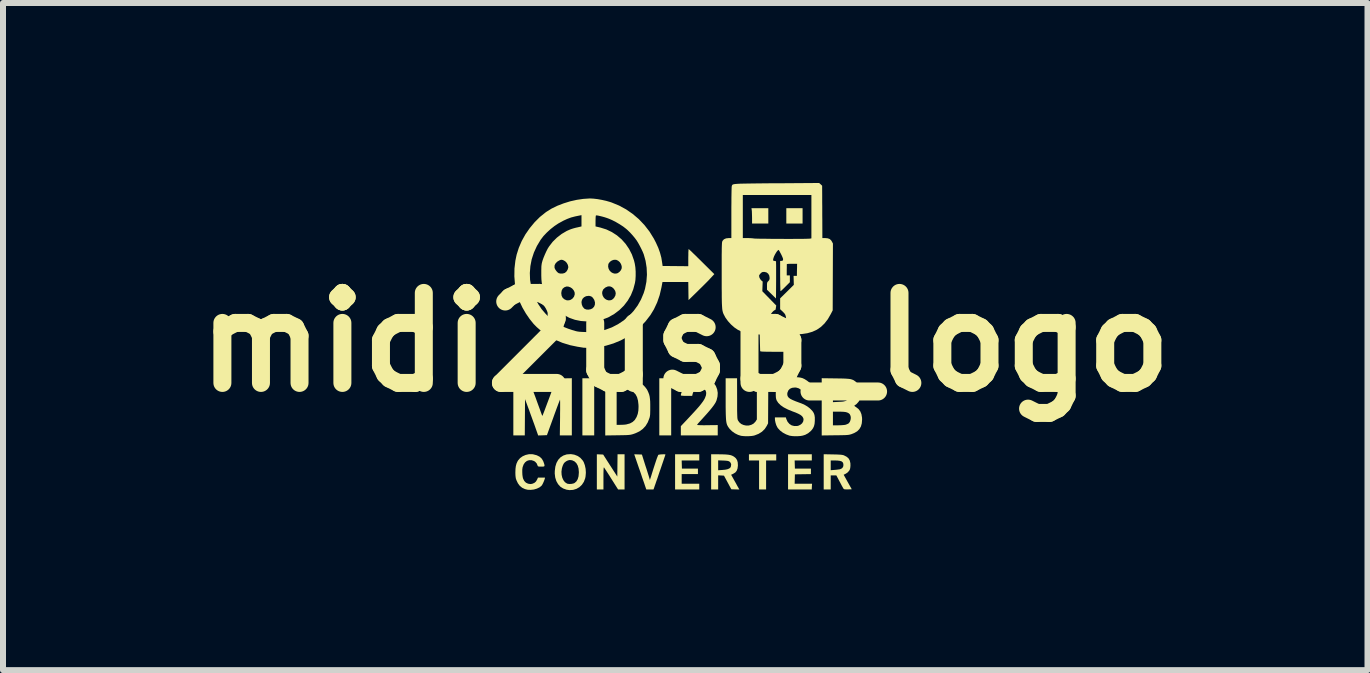
<source format=kicad_pcb>
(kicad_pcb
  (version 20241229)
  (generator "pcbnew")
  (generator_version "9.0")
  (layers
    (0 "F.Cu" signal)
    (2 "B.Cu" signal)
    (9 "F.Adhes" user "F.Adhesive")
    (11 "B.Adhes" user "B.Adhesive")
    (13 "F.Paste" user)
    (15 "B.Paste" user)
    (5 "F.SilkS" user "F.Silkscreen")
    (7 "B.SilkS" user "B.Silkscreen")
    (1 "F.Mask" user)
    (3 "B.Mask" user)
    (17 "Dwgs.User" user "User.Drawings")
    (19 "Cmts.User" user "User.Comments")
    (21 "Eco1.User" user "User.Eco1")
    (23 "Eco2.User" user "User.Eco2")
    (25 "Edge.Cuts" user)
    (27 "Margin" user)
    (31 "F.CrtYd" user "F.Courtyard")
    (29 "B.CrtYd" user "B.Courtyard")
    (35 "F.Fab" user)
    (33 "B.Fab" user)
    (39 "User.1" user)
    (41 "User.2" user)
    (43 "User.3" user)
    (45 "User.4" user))
  (footprint "midi2usb_logo"
    (layer "F.Cu")
    (at 8.371 2.654)
    (property "Reference" "midi2usb_logo" (at 0 0 0) (layer "F.SilkS") (effects (font (size 1.5 1.5) (thickness 0.3))))
    (attr board_only exclude_from_pos_files exclude_from_bom)
    (fp_poly (pts (xy -1.517 1.077) (xy -1.517 1.553) (xy -1.615 1.553) (xy -1.714 1.553) (xy -1.714 1.077) (xy -1.714 0.601) (xy -1.615 0.601) (xy -1.517 0.601)) (stroke (width 0) (type solid)) (fill yes) (layer "F.SilkS"))
    (fp_poly (pts (xy -0.234 1.077) (xy -0.234 1.553) (xy -0.333 1.553) (xy -0.432 1.553) (xy -0.432 1.077) (xy -0.432 0.601) (xy -0.333 0.601) (xy -0.234 0.601)) (stroke (width 0) (type solid)) (fill yes) (layer "F.SilkS"))
    (fp_poly (pts (xy 1.956 -2.106) (xy 1.956 -1.978) (xy 1.821 -1.978) (xy 1.685 -1.978) (xy 1.685 -2.106) (xy 1.685 -2.234) (xy 1.821 -2.234) (xy 1.956 -2.234)) (stroke (width 0) (type solid)) (fill yes) (layer "F.SilkS"))
    (fp_poly (pts (xy 1.385 -2.106) (xy 1.385 -1.978) (xy 1.249 -1.978) (xy 1.114 -1.978) (xy 1.114 -2.072) (xy 1.113 -2.112) (xy 1.112 -2.149) (xy 1.111 -2.18) (xy 1.109 -2.201) (xy 1.104 -2.234) (xy 1.244 -2.234) (xy 1.385 -2.234)) (stroke (width 0) (type solid)) (fill yes) (layer "F.SilkS"))
    (fp_poly (pts (xy 1.517 1.919) (xy 1.517 1.971) (xy 1.432 1.971) (xy 1.348 1.971) (xy 1.348 2.213) (xy 1.348 2.454) (xy 1.289 2.454) (xy 1.231 2.454) (xy 1.231 2.213) (xy 1.231 1.971) (xy 1.147 1.971) (xy 1.062 1.971) (xy 1.062 1.919) (xy 1.062 1.868) (xy 1.289 1.868) (xy 1.517 1.868)) (stroke (width 0) (type solid)) (fill yes) (layer "F.SilkS"))
    (fp_poly (pts (xy 0.234 1.919) (xy 0.234 1.971) (xy 0.088 1.971) (xy -0.059 1.971) (xy -0.057 2.039) (xy -0.055 2.106) (xy 0.079 2.106) (xy 0.212 2.106) (xy 0.212 2.152) (xy 0.212 2.198) (xy 0.077 2.198) (xy -0.059 2.198) (xy -0.059 2.278) (xy -0.059 2.359) (xy 0.088 2.359) (xy 0.234 2.359) (xy 0.234 2.407) (xy 0.234 2.454) (xy 0.033 2.454) (xy -0.169 2.454) (xy -0.169 2.161) (xy -0.169 1.868) (xy 0.033 1.868) (xy 0.234 1.868)) (stroke (width 0) (type solid)) (fill yes) (layer "F.SilkS"))
    (fp_poly (pts (xy 2.11 1.919) (xy 2.11 1.971) (xy 1.967 1.971) (xy 1.824 1.971) (xy 1.826 2.039) (xy 1.828 2.106) (xy 1.962 2.106) (xy 2.095 2.106) (xy 2.095 2.152) (xy 2.095 2.198) (xy 1.962 2.2) (xy 1.828 2.202) (xy 1.826 2.28) (xy 1.824 2.359) (xy 1.969 2.359) (xy 2.114 2.359) (xy 2.111 2.407) (xy 2.109 2.454) (xy 1.912 2.454) (xy 1.714 2.454) (xy 1.714 2.161) (xy 1.714 1.868) (xy 1.912 1.868) (xy 2.11 1.868)) (stroke (width 0) (type solid)) (fill yes) (layer "F.SilkS"))
    (fp_poly (pts (xy -1.42 1.87) (xy -1.368 1.872) (xy -1.25 2.056) (xy -1.132 2.239) (xy -1.13 2.054) (xy -1.128 1.868) (xy -1.07 1.868) (xy -1.011 1.868) (xy -1.011 2.161) (xy -1.011 2.454) (xy -1.065 2.454) (xy -1.119 2.454) (xy -1.231 2.277) (xy -1.26 2.23) (xy -1.287 2.188) (xy -1.311 2.151) (xy -1.331 2.121) (xy -1.345 2.1) (xy -1.352 2.089) (xy -1.353 2.088) (xy -1.356 2.087) (xy -1.358 2.091) (xy -1.36 2.103) (xy -1.361 2.123) (xy -1.362 2.154) (xy -1.363 2.195) (xy -1.363 2.25) (xy -1.363 2.266) (xy -1.363 2.454) (xy -1.418 2.454) (xy -1.473 2.454) (xy -1.473 2.161) (xy -1.473 1.868)) (stroke (width 0) (type solid)) (fill yes) (layer "F.SilkS"))
    (fp_poly (pts (xy -0.786 1.87) (xy -0.722 1.872) (xy -0.663 2.059) (xy -0.646 2.11) (xy -0.631 2.158) (xy -0.618 2.2) (xy -0.607 2.234) (xy -0.6 2.259) (xy -0.596 2.271) (xy -0.589 2.297) (xy -0.581 2.271) (xy -0.576 2.257) (xy -0.568 2.232) (xy -0.557 2.196) (xy -0.544 2.154) (xy -0.529 2.106) (xy -0.516 2.066) (xy -0.5 2.017) (xy -0.485 1.972) (xy -0.472 1.934) (xy -0.46 1.904) (xy -0.452 1.884) (xy -0.448 1.877) (xy -0.438 1.874) (xy -0.418 1.871) (xy -0.394 1.869) (xy -0.369 1.868) (xy -0.347 1.868) (xy -0.333 1.869) (xy -0.33 1.871) (xy -0.332 1.879) (xy -0.338 1.898) (xy -0.348 1.927) (xy -0.361 1.966) (xy -0.376 2.01) (xy -0.393 2.06) (xy -0.411 2.113) (xy -0.43 2.167) (xy -0.448 2.221) (xy -0.465 2.272) (xy -0.482 2.319) (xy -0.496 2.361) (xy -0.508 2.394) (xy -0.516 2.419) (xy -0.52 2.43) (xy -0.529 2.454) (xy -0.589 2.454) (xy -0.649 2.454) (xy -0.668 2.398) (xy -0.675 2.377) (xy -0.686 2.344) (xy -0.701 2.302) (xy -0.718 2.253) (xy -0.736 2.198) (xy -0.756 2.14) (xy -0.769 2.104) (xy -0.85 1.868)) (stroke (width 0) (type solid)) (fill yes) (layer "F.SilkS"))
    (fp_poly (pts (xy 0.623 1.869) (xy 0.676 1.871) (xy 0.718 1.875) (xy 0.752 1.881) (xy 0.78 1.89) (xy 0.803 1.902) (xy 0.812 1.907) (xy 0.844 1.934) (xy 0.864 1.965) (xy 0.875 2.002) (xy 0.878 2.05) (xy 0.878 2.056) (xy 0.872 2.104) (xy 0.858 2.142) (xy 0.836 2.17) (xy 0.803 2.191) (xy 0.8 2.193) (xy 0.765 2.209) (xy 0.806 2.282) (xy 0.826 2.318) (xy 0.847 2.355) (xy 0.865 2.389) (xy 0.874 2.405) (xy 0.902 2.455) (xy 0.835 2.453) (xy 0.768 2.451) (xy 0.707 2.337) (xy 0.646 2.224) (xy 0.598 2.221) (xy 0.549 2.219) (xy 0.549 2.337) (xy 0.549 2.454) (xy 0.491 2.454) (xy 0.432 2.454) (xy 0.432 2.161) (xy 0.432 2.052) (xy 0.549 2.052) (xy 0.549 2.134) (xy 0.62 2.129) (xy 0.664 2.125) (xy 0.7 2.118) (xy 0.722 2.11) (xy 0.744 2.098) (xy 0.756 2.084) (xy 0.762 2.068) (xy 0.766 2.035) (xy 0.756 2.008) (xy 0.736 1.988) (xy 0.722 1.982) (xy 0.702 1.977) (xy 0.672 1.974) (xy 0.633 1.972) (xy 0.549 1.969) (xy 0.549 2.052) (xy 0.432 2.052) (xy 0.432 1.868) (xy 0.558 1.868)) (stroke (width 0) (type solid)) (fill yes) (layer "F.SilkS"))
    (fp_poly (pts (xy 0.865 0.936) (xy 0.865 1.015) (xy 0.865 1.081) (xy 0.865 1.136) (xy 0.866 1.179) (xy 0.867 1.214) (xy 0.868 1.24) (xy 0.869 1.26) (xy 0.871 1.275) (xy 0.873 1.286) (xy 0.876 1.295) (xy 0.878 1.301) (xy 0.902 1.336) (xy 0.934 1.363) (xy 0.973 1.38) (xy 1.016 1.389) (xy 1.06 1.388) (xy 1.101 1.377) (xy 1.138 1.357) (xy 1.168 1.327) (xy 1.173 1.32) (xy 1.194 1.287) (xy 1.194 0.944) (xy 1.194 0.601) (xy 1.29 0.601) (xy 1.385 0.601) (xy 1.383 0.976) (xy 1.381 1.352) (xy 1.359 1.395) (xy 1.325 1.447) (xy 1.279 1.492) (xy 1.223 1.527) (xy 1.16 1.552) (xy 1.142 1.557) (xy 1.105 1.563) (xy 1.059 1.566) (xy 1.011 1.567) (xy 0.965 1.564) (xy 0.931 1.56) (xy 0.88 1.544) (xy 0.828 1.518) (xy 0.78 1.484) (xy 0.74 1.444) (xy 0.715 1.41) (xy 0.706 1.394) (xy 0.698 1.378) (xy 0.692 1.36) (xy 0.687 1.339) (xy 0.683 1.314) (xy 0.68 1.283) (xy 0.678 1.246) (xy 0.676 1.199) (xy 0.675 1.143) (xy 0.674 1.076) (xy 0.674 0.997) (xy 0.674 0.94) (xy 0.674 0.601) (xy 0.769 0.601) (xy 0.864 0.601)) (stroke (width 0) (type solid)) (fill yes) (layer "F.SilkS"))
    (fp_poly (pts (xy 2.46 1.87) (xy 2.516 1.871) (xy 2.559 1.873) (xy 2.592 1.875) (xy 2.616 1.878) (xy 2.634 1.882) (xy 2.644 1.885) (xy 2.689 1.908) (xy 2.722 1.936) (xy 2.743 1.973) (xy 2.753 2.018) (xy 2.754 2.058) (xy 2.751 2.09) (xy 2.747 2.112) (xy 2.739 2.131) (xy 2.73 2.145) (xy 2.704 2.173) (xy 2.675 2.192) (xy 2.641 2.209) (xy 2.708 2.33) (xy 2.776 2.451) (xy 2.712 2.453) (xy 2.681 2.453) (xy 2.66 2.452) (xy 2.648 2.449) (xy 2.64 2.443) (xy 2.639 2.442) (xy 2.632 2.431) (xy 2.62 2.41) (xy 2.604 2.381) (xy 2.586 2.346) (xy 2.574 2.324) (xy 2.519 2.22) (xy 2.472 2.22) (xy 2.425 2.22) (xy 2.425 2.337) (xy 2.425 2.454) (xy 2.366 2.454) (xy 2.308 2.454) (xy 2.308 2.16) (xy 2.308 2.052) (xy 2.425 2.052) (xy 2.425 2.133) (xy 2.492 2.128) (xy 2.525 2.125) (xy 2.554 2.121) (xy 2.576 2.118) (xy 2.581 2.117) (xy 2.612 2.102) (xy 2.631 2.079) (xy 2.637 2.048) (xy 2.637 2.048) (xy 2.634 2.021) (xy 2.624 2) (xy 2.606 1.986) (xy 2.577 1.977) (xy 2.537 1.972) (xy 2.493 1.971) (xy 2.425 1.971) (xy 2.425 2.052) (xy 2.308 2.052) (xy 2.308 1.867)) (stroke (width 0) (type solid)) (fill yes) (layer "F.SilkS"))
    (fp_poly (pts (xy -1.849 1.874) (xy -1.795 1.895) (xy -1.749 1.926) (xy -1.711 1.968) (xy -1.693 1.996) (xy -1.673 2.05) (xy -1.66 2.111) (xy -1.656 2.174) (xy -1.661 2.236) (xy -1.667 2.267) (xy -1.689 2.326) (xy -1.722 2.376) (xy -1.764 2.416) (xy -1.813 2.444) (xy -1.868 2.461) (xy -1.928 2.465) (xy -1.978 2.458) (xy -2.034 2.438) (xy -2.081 2.408) (xy -2.119 2.366) (xy -2.148 2.315) (xy -2.167 2.255) (xy -2.175 2.187) (xy -2.174 2.159) (xy -2.063 2.159) (xy -2.06 2.211) (xy -2.049 2.259) (xy -2.03 2.3) (xy -2.005 2.333) (xy -1.973 2.354) (xy -1.962 2.359) (xy -1.93 2.363) (xy -1.893 2.361) (xy -1.859 2.353) (xy -1.844 2.346) (xy -1.814 2.32) (xy -1.792 2.283) (xy -1.778 2.235) (xy -1.773 2.174) (xy -1.773 2.162) (xy -1.778 2.104) (xy -1.792 2.055) (xy -1.815 2.015) (xy -1.846 1.986) (xy -1.885 1.968) (xy -1.923 1.963) (xy -1.955 1.97) (xy -1.987 1.986) (xy -2.015 2.009) (xy -2.025 2.023) (xy -2.037 2.046) (xy -2.048 2.076) (xy -2.056 2.105) (xy -2.063 2.159) (xy -2.174 2.159) (xy -2.174 2.147) (xy -2.165 2.074) (xy -2.146 2.012) (xy -2.117 1.96) (xy -2.079 1.919) (xy -2.032 1.889) (xy -1.976 1.87) (xy -1.966 1.869) (xy -1.906 1.865)) (stroke (width 0) (type solid)) (fill yes) (layer "F.SilkS"))
    (fp_poly (pts (xy -1.89 1.077) (xy -1.89 1.553) (xy -1.99 1.553) (xy -2.09 1.553) (xy -2.086 1.253) (xy -2.086 1.188) (xy -2.085 1.128) (xy -2.085 1.075) (xy -2.085 1.03) (xy -2.085 0.994) (xy -2.086 0.97) (xy -2.087 0.957) (xy -2.087 0.956) (xy -2.09 0.964) (xy -2.098 0.984) (xy -2.11 1.015) (xy -2.125 1.055) (xy -2.143 1.103) (xy -2.163 1.158) (xy -2.185 1.218) (xy -2.198 1.255) (xy -2.305 1.549) (xy -2.378 1.552) (xy -2.451 1.554) (xy -2.515 1.372) (xy -2.536 1.315) (xy -2.558 1.254) (xy -2.58 1.194) (xy -2.6 1.137) (xy -2.618 1.089) (xy -2.625 1.07) (xy -2.67 0.949) (xy -2.672 1.251) (xy -2.674 1.553) (xy -2.769 1.553) (xy -2.865 1.553) (xy -2.865 1.077) (xy -2.865 0.601) (xy -2.738 0.601) (xy -2.612 0.601) (xy -2.517 0.862) (xy -2.494 0.923) (xy -2.473 0.982) (xy -2.453 1.037) (xy -2.435 1.086) (xy -2.42 1.127) (xy -2.409 1.158) (xy -2.402 1.177) (xy -2.393 1.202) (xy -2.385 1.219) (xy -2.38 1.226) (xy -2.379 1.226) (xy -2.375 1.218) (xy -2.368 1.197) (xy -2.356 1.167) (xy -2.341 1.128) (xy -2.324 1.082) (xy -2.305 1.031) (xy -2.285 0.978) (xy -2.264 0.922) (xy -2.244 0.868) (xy -2.225 0.815) (xy -2.207 0.766) (xy -2.191 0.724) (xy -2.188 0.714) (xy -2.148 0.604) (xy -2.019 0.602) (xy -1.89 0.6)) (stroke (width 0) (type solid)) (fill yes) (layer "F.SilkS"))
    (fp_poly (pts (xy -2.533 1.869) (xy -2.475 1.884) (xy -2.429 1.907) (xy -2.393 1.939) (xy -2.368 1.98) (xy -2.36 2.001) (xy -2.349 2.033) (xy -2.345 2.054) (xy -2.348 2.066) (xy -2.359 2.072) (xy -2.381 2.073) (xy -2.4 2.073) (xy -2.429 2.073) (xy -2.446 2.071) (xy -2.455 2.067) (xy -2.459 2.06) (xy -2.475 2.021) (xy -2.5 1.993) (xy -2.52 1.98) (xy -2.561 1.966) (xy -2.601 1.966) (xy -2.638 1.978) (xy -2.67 2.003) (xy -2.694 2.038) (xy -2.71 2.082) (xy -2.711 2.086) (xy -2.716 2.122) (xy -2.716 2.166) (xy -2.714 2.211) (xy -2.708 2.252) (xy -2.702 2.274) (xy -2.683 2.312) (xy -2.655 2.341) (xy -2.619 2.358) (xy -2.58 2.364) (xy -2.551 2.36) (xy -2.515 2.345) (xy -2.488 2.322) (xy -2.468 2.288) (xy -2.454 2.256) (xy -2.395 2.256) (xy -2.337 2.256) (xy -2.341 2.277) (xy -2.349 2.3) (xy -2.36 2.328) (xy -2.373 2.356) (xy -2.386 2.38) (xy -2.394 2.391) (xy -2.428 2.419) (xy -2.472 2.44) (xy -2.522 2.455) (xy -2.575 2.461) (xy -2.627 2.459) (xy -2.671 2.448) (xy -2.718 2.426) (xy -2.757 2.394) (xy -2.789 2.351) (xy -2.815 2.296) (xy -2.815 2.295) (xy -2.823 2.271) (xy -2.827 2.246) (xy -2.83 2.215) (xy -2.831 2.175) (xy -2.831 2.169) (xy -2.829 2.111) (xy -2.823 2.064) (xy -2.812 2.023) (xy -2.795 1.986) (xy -2.785 1.969) (xy -2.752 1.931) (xy -2.71 1.901) (xy -2.66 1.879) (xy -2.607 1.867) (xy -2.552 1.866)) (stroke (width 0) (type solid)) (fill yes) (layer "F.SilkS"))
    (fp_poly (pts (xy -1.13 0.603) (xy -1.058 0.604) (xy -0.998 0.606) (xy -0.949 0.61) (xy -0.908 0.614) (xy -0.874 0.62) (xy -0.843 0.628) (xy -0.815 0.638) (xy -0.787 0.65) (xy -0.776 0.656) (xy -0.741 0.679) (xy -0.704 0.71) (xy -0.669 0.746) (xy -0.641 0.783) (xy -0.628 0.806) (xy -0.613 0.84) (xy -0.601 0.872) (xy -0.593 0.905) (xy -0.588 0.942) (xy -0.584 0.987) (xy -0.583 1.041) (xy -0.583 1.081) (xy -0.583 1.133) (xy -0.584 1.173) (xy -0.585 1.205) (xy -0.588 1.229) (xy -0.592 1.249) (xy -0.596 1.263) (xy -0.624 1.335) (xy -0.661 1.396) (xy -0.708 1.446) (xy -0.765 1.487) (xy -0.834 1.519) (xy -0.872 1.532) (xy -0.89 1.537) (xy -0.907 1.541) (xy -0.926 1.544) (xy -0.949 1.546) (xy -0.979 1.548) (xy -1.016 1.549) (xy -1.064 1.55) (xy -1.124 1.551) (xy -1.13 1.551) (xy -1.333 1.554) (xy -1.333 1.077) (xy -1.143 1.077) (xy -1.143 1.377) (xy -1.082 1.377) (xy -1.046 1.376) (xy -1.01 1.374) (xy -0.98 1.37) (xy -0.978 1.369) (xy -0.922 1.354) (xy -0.876 1.329) (xy -0.84 1.295) (xy -0.812 1.249) (xy -0.81 1.245) (xy -0.791 1.194) (xy -0.781 1.14) (xy -0.778 1.078) (xy -0.779 1.044) (xy -0.787 0.974) (xy -0.803 0.915) (xy -0.828 0.868) (xy -0.864 0.831) (xy -0.909 0.804) (xy -0.965 0.786) (xy -1.032 0.778) (xy -1.071 0.777) (xy -1.143 0.777) (xy -1.143 1.077) (xy -1.333 1.077) (xy -1.333 1.077) (xy -1.333 0.599)) (stroke (width 0) (type solid)) (fill yes) (layer "F.SilkS"))
    (fp_poly (pts (xy 0.249 0.59) (xy 0.289 0.591) (xy 0.319 0.592) (xy 0.341 0.595) (xy 0.359 0.6) (xy 0.376 0.607) (xy 0.377 0.607) (xy 0.432 0.64) (xy 0.477 0.681) (xy 0.511 0.73) (xy 0.532 0.785) (xy 0.542 0.844) (xy 0.538 0.906) (xy 0.522 0.969) (xy 0.508 1.001) (xy 0.493 1.026) (xy 0.472 1.057) (xy 0.443 1.095) (xy 0.406 1.14) (xy 0.36 1.193) (xy 0.305 1.254) (xy 0.244 1.321) (xy 0.224 1.343) (xy 0.208 1.362) (xy 0.199 1.375) (xy 0.198 1.378) (xy 0.205 1.38) (xy 0.227 1.382) (xy 0.263 1.383) (xy 0.312 1.384) (xy 0.37 1.383) (xy 0.542 1.381) (xy 0.542 1.467) (xy 0.542 1.553) (xy 0.234 1.553) (xy -0.073 1.553) (xy -0.073 1.476) (xy -0.073 1.399) (xy 0.036 1.284) (xy 0.098 1.217) (xy 0.151 1.16) (xy 0.196 1.11) (xy 0.233 1.068) (xy 0.262 1.032) (xy 0.286 1) (xy 0.305 0.973) (xy 0.32 0.948) (xy 0.329 0.93) (xy 0.346 0.884) (xy 0.35 0.844) (xy 0.342 0.81) (xy 0.322 0.784) (xy 0.289 0.765) (xy 0.276 0.761) (xy 0.235 0.757) (xy 0.197 0.766) (xy 0.164 0.787) (xy 0.139 0.819) (xy 0.125 0.856) (xy 0.116 0.894) (xy 0.021 0.894) (xy -0.019 0.894) (xy -0.046 0.892) (xy -0.063 0.891) (xy -0.071 0.887) (xy -0.073 0.884) (xy -0.071 0.868) (xy -0.064 0.843) (xy -0.054 0.813) (xy -0.043 0.782) (xy -0.032 0.755) (xy -0.025 0.74) (xy 0.005 0.692) (xy 0.044 0.653) (xy 0.093 0.622) (xy 0.101 0.617) (xy 0.124 0.606) (xy 0.143 0.598) (xy 0.16 0.593) (xy 0.18 0.591) (xy 0.206 0.59) (xy 0.243 0.59)) (stroke (width 0) (type solid)) (fill yes) (layer "F.SilkS"))
    (fp_poly (pts (xy 2.502 0.603) (xy 2.573 0.604) (xy 2.631 0.605) (xy 2.678 0.607) (xy 2.716 0.61) (xy 2.746 0.613) (xy 2.77 0.619) (xy 2.79 0.626) (xy 2.808 0.634) (xy 2.825 0.646) (xy 2.837 0.654) (xy 2.877 0.694) (xy 2.906 0.742) (xy 2.924 0.797) (xy 2.93 0.858) (xy 2.928 0.889) (xy 2.915 0.943) (xy 2.891 0.991) (xy 2.855 1.031) (xy 2.825 1.052) (xy 2.819 1.057) (xy 2.821 1.063) (xy 2.833 1.072) (xy 2.848 1.082) (xy 2.889 1.114) (xy 2.918 1.153) (xy 2.937 1.2) (xy 2.947 1.257) (xy 2.948 1.289) (xy 2.943 1.352) (xy 2.928 1.405) (xy 2.902 1.449) (xy 2.866 1.485) (xy 2.816 1.514) (xy 2.768 1.533) (xy 2.753 1.537) (xy 2.738 1.541) (xy 2.721 1.544) (xy 2.699 1.546) (xy 2.671 1.548) (xy 2.635 1.549) (xy 2.589 1.55) (xy 2.531 1.551) (xy 2.498 1.551) (xy 2.275 1.554) (xy 2.275 1.271) (xy 2.462 1.271) (xy 2.462 1.385) (xy 2.546 1.385) (xy 2.584 1.384) (xy 2.62 1.382) (xy 2.651 1.379) (xy 2.667 1.377) (xy 2.693 1.368) (xy 2.717 1.357) (xy 2.725 1.351) (xy 2.744 1.327) (xy 2.755 1.296) (xy 2.76 1.262) (xy 2.756 1.23) (xy 2.744 1.203) (xy 2.738 1.195) (xy 2.72 1.181) (xy 2.699 1.171) (xy 2.674 1.164) (xy 2.641 1.16) (xy 2.598 1.158) (xy 2.564 1.158) (xy 2.462 1.158) (xy 2.462 1.271) (xy 2.275 1.271) (xy 2.275 1.077) (xy 2.275 0.879) (xy 2.462 0.879) (xy 2.462 0.999) (xy 2.556 0.994) (xy 2.6 0.992) (xy 2.632 0.989) (xy 2.655 0.984) (xy 2.673 0.979) (xy 2.679 0.976) (xy 2.708 0.954) (xy 2.727 0.924) (xy 2.735 0.884) (xy 2.735 0.871) (xy 2.733 0.838) (xy 2.725 0.812) (xy 2.71 0.793) (xy 2.687 0.78) (xy 2.653 0.771) (xy 2.608 0.765) (xy 2.562 0.763) (xy 2.462 0.76) (xy 2.462 0.879) (xy 2.275 0.879) (xy 2.275 0.6)) (stroke (width 0) (type solid)) (fill yes) (layer "F.SilkS"))
    (fp_poly (pts (xy 1.876 0.584) (xy 1.917 0.589) (xy 1.953 0.598) (xy 1.988 0.614) (xy 2.026 0.638) (xy 2.037 0.646) (xy 2.078 0.678) (xy 2.108 0.713) (xy 2.129 0.751) (xy 2.143 0.798) (xy 2.151 0.845) (xy 2.156 0.887) (xy 2.061 0.885) (xy 1.967 0.883) (xy 1.963 0.855) (xy 1.95 0.819) (xy 1.925 0.789) (xy 1.891 0.768) (xy 1.85 0.756) (xy 1.826 0.755) (xy 1.781 0.76) (xy 1.745 0.776) (xy 1.719 0.803) (xy 1.704 0.839) (xy 1.701 0.857) (xy 1.702 0.882) (xy 1.71 0.904) (xy 1.726 0.925) (xy 1.752 0.944) (xy 1.789 0.963) (xy 1.839 0.984) (xy 1.882 1) (xy 1.944 1.023) (xy 1.994 1.046) (xy 2.036 1.071) (xy 2.073 1.099) (xy 2.092 1.117) (xy 2.122 1.149) (xy 2.142 1.18) (xy 2.154 1.213) (xy 2.16 1.253) (xy 2.16 1.303) (xy 2.16 1.31) (xy 2.156 1.36) (xy 2.146 1.4) (xy 2.13 1.434) (xy 2.106 1.466) (xy 2.094 1.479) (xy 2.049 1.517) (xy 2.001 1.543) (xy 1.96 1.556) (xy 1.923 1.563) (xy 1.877 1.566) (xy 1.828 1.567) (xy 1.782 1.564) (xy 1.743 1.558) (xy 1.738 1.557) (xy 1.681 1.536) (xy 1.627 1.507) (xy 1.581 1.472) (xy 1.545 1.433) (xy 1.534 1.416) (xy 1.517 1.381) (xy 1.504 1.339) (xy 1.496 1.298) (xy 1.495 1.277) (xy 1.495 1.253) (xy 1.586 1.253) (xy 1.677 1.253) (xy 1.685 1.28) (xy 1.706 1.326) (xy 1.737 1.362) (xy 1.774 1.386) (xy 1.818 1.397) (xy 1.866 1.396) (xy 1.885 1.392) (xy 1.919 1.376) (xy 1.947 1.353) (xy 1.965 1.324) (xy 1.972 1.293) (xy 1.97 1.272) (xy 1.96 1.25) (xy 1.944 1.23) (xy 1.92 1.211) (xy 1.885 1.192) (xy 1.84 1.172) (xy 1.791 1.154) (xy 1.71 1.121) (xy 1.642 1.086) (xy 1.589 1.049) (xy 1.55 1.01) (xy 1.524 0.97) (xy 1.517 0.95) (xy 1.512 0.928) (xy 1.51 0.899) (xy 1.509 0.866) (xy 1.51 0.822) (xy 1.514 0.788) (xy 1.522 0.759) (xy 1.535 0.731) (xy 1.55 0.706) (xy 1.579 0.671) (xy 1.621 0.638) (xy 1.67 0.61) (xy 1.698 0.599) (xy 1.722 0.592) (xy 1.748 0.587) (xy 1.779 0.584) (xy 1.821 0.583) (xy 1.824 0.583)) (stroke (width 0) (type solid)) (fill yes) (layer "F.SilkS"))
    (fp_poly (pts (xy 2.257 -2.632) (xy 2.282 -2.609) (xy 2.283 -2.442) (xy 2.283 -2.393) (xy 2.283 -2.333) (xy 2.284 -2.264) (xy 2.284 -2.191) (xy 2.284 -2.116) (xy 2.285 -2.043) (xy 2.285 -2.006) (xy 2.286 -1.736) (xy 2.332 -1.736) (xy 2.375 -1.732) (xy 2.408 -1.72) (xy 2.432 -1.698) (xy 2.445 -1.677) (xy 2.462 -1.645) (xy 2.46 -1.088) (xy 2.458 -0.531) (xy 2.426 -0.469) (xy 2.377 -0.384) (xy 2.322 -0.313) (xy 2.262 -0.255) (xy 2.195 -0.209) (xy 2.119 -0.174) (xy 2.035 -0.15) (xy 1.941 -0.136) (xy 1.899 -0.134) (xy 1.817 -0.13) (xy 1.817 0.011) (xy 1.817 0.061) (xy 1.816 0.098) (xy 1.815 0.124) (xy 1.813 0.141) (xy 1.811 0.151) (xy 1.807 0.156) (xy 1.805 0.157) (xy 1.795 0.158) (xy 1.772 0.159) (xy 1.739 0.159) (xy 1.697 0.16) (xy 1.649 0.16) (xy 1.596 0.16) (xy 1.542 0.16) (xy 1.487 0.16) (xy 1.434 0.159) (xy 1.385 0.159) (xy 1.342 0.158) (xy 1.308 0.157) (xy 1.283 0.156) (xy 1.271 0.155) (xy 1.249 0.15) (xy 1.245 0.011) (xy 1.242 -0.128) (xy 1.165 -0.133) (xy 1.078 -0.142) (xy 1.003 -0.157) (xy 0.936 -0.178) (xy 0.877 -0.207) (xy 0.822 -0.244) (xy 0.764 -0.295) (xy 0.712 -0.352) (xy 0.669 -0.412) (xy 0.638 -0.471) (xy 0.633 -0.484) (xy 0.628 -0.498) (xy 0.624 -0.514) (xy 0.62 -0.532) (xy 0.617 -0.554) (xy 0.615 -0.58) (xy 0.613 -0.613) (xy 0.611 -0.652) (xy 0.61 -0.699) (xy 0.609 -0.755) (xy 0.609 -0.821) (xy 0.608 -0.898) (xy 0.608 -0.987) (xy 0.608 -1.09) (xy 0.608 -1.107) (xy 1.231 -1.107) (xy 1.236 -1.079) (xy 1.251 -1.05) (xy 1.271 -1.027) (xy 1.271 -1.027) (xy 1.291 -1.011) (xy 1.288 -0.93) (xy 1.285 -0.85) (xy 1.401 -0.731) (xy 1.517 -0.612) (xy 1.512 -0.579) (xy 1.508 -0.554) (xy 1.504 -0.541) (xy 1.498 -0.536) (xy 1.492 -0.535) (xy 1.481 -0.529) (xy 1.466 -0.516) (xy 1.449 -0.498) (xy 1.435 -0.48) (xy 1.429 -0.471) (xy 1.424 -0.452) (xy 1.422 -0.424) (xy 1.421 -0.391) (xy 1.423 -0.358) (xy 1.428 -0.33) (xy 1.433 -0.314) (xy 1.451 -0.289) (xy 1.478 -0.273) (xy 1.514 -0.265) (xy 1.544 -0.264) (xy 1.58 -0.266) (xy 1.608 -0.27) (xy 1.619 -0.274) (xy 1.634 -0.287) (xy 1.652 -0.306) (xy 1.663 -0.32) (xy 1.676 -0.341) (xy 1.682 -0.358) (xy 1.683 -0.377) (xy 1.681 -0.399) (xy 1.676 -0.432) (xy 1.668 -0.458) (xy 1.653 -0.481) (xy 1.629 -0.506) (xy 1.62 -0.515) (xy 1.582 -0.55) (xy 1.582 -0.641) (xy 1.582 -0.731) (xy 1.696 -0.843) (xy 1.81 -0.956) (xy 1.808 -1.031) (xy 1.806 -1.106) (xy 1.833 -1.106) (xy 1.861 -1.106) (xy 1.862 -1.183) (xy 1.863 -1.218) (xy 1.864 -1.25) (xy 1.864 -1.274) (xy 1.864 -1.284) (xy 1.865 -1.307) (xy 1.78 -1.307) (xy 1.747 -1.307) (xy 1.719 -1.306) (xy 1.701 -1.304) (xy 1.694 -1.302) (xy 1.693 -1.293) (xy 1.693 -1.272) (xy 1.693 -1.243) (xy 1.692 -1.208) (xy 1.692 -1.205) (xy 1.692 -1.114) (xy 1.718 -1.114) (xy 1.744 -1.114) (xy 1.744 -1.057) (xy 1.744 -1) (xy 1.669 -0.925) (xy 1.642 -0.898) (xy 1.619 -0.876) (xy 1.601 -0.859) (xy 1.59 -0.851) (xy 1.589 -0.85) (xy 1.587 -0.857) (xy 1.586 -0.877) (xy 1.585 -0.908) (xy 1.584 -0.949) (xy 1.583 -0.998) (xy 1.583 -1.053) (xy 1.582 -1.103) (xy 1.582 -1.355) (xy 1.599 -1.355) (xy 1.62 -1.358) (xy 1.63 -1.368) (xy 1.631 -1.387) (xy 1.627 -1.401) (xy 1.621 -1.417) (xy 1.611 -1.44) (xy 1.598 -1.467) (xy 1.584 -1.493) (xy 1.572 -1.516) (xy 1.562 -1.532) (xy 1.557 -1.539) (xy 1.557 -1.539) (xy 1.545 -1.532) (xy 1.529 -1.515) (xy 1.513 -1.491) (xy 1.496 -1.462) (xy 1.481 -1.432) (xy 1.471 -1.404) (xy 1.465 -1.381) (xy 1.465 -1.376) (xy 1.467 -1.361) (xy 1.476 -1.356) (xy 1.487 -1.355) (xy 1.504 -1.353) (xy 1.513 -1.346) (xy 1.514 -1.337) (xy 1.514 -1.315) (xy 1.515 -1.281) (xy 1.515 -1.238) (xy 1.515 -1.186) (xy 1.515 -1.127) (xy 1.515 -1.064) (xy 1.515 -1.033) (xy 1.513 -0.729) (xy 1.438 -0.802) (xy 1.363 -0.875) (xy 1.363 -0.936) (xy 1.363 -0.967) (xy 1.365 -0.986) (xy 1.369 -0.999) (xy 1.376 -1.01) (xy 1.385 -1.018) (xy 1.4 -1.036) (xy 1.406 -1.056) (xy 1.407 -1.07) (xy 1.401 -1.11) (xy 1.384 -1.141) (xy 1.358 -1.162) (xy 1.323 -1.172) (xy 1.311 -1.172) (xy 1.289 -1.17) (xy 1.271 -1.161) (xy 1.256 -1.147) (xy 1.241 -1.129) (xy 1.232 -1.113) (xy 1.231 -1.107) (xy 0.608 -1.107) (xy 0.608 -1.133) (xy 0.608 -1.234) (xy 0.608 -1.321) (xy 0.608 -1.397) (xy 0.608 -1.46) (xy 0.609 -1.513) (xy 0.609 -1.557) (xy 0.61 -1.592) (xy 0.611 -1.62) (xy 0.612 -1.641) (xy 0.613 -1.657) (xy 0.615 -1.669) (xy 0.617 -1.677) (xy 0.619 -1.684) (xy 0.622 -1.689) (xy 0.623 -1.691) (xy 0.646 -1.716) (xy 0.681 -1.731) (xy 0.726 -1.736) (xy 0.729 -1.736) (xy 0.769 -1.736) (xy 0.769 -2.095) (xy 0.96 -2.095) (xy 0.96 -1.736) (xy 1.042 -1.736) (xy 1.077 -1.735) (xy 1.109 -1.733) (xy 1.132 -1.731) (xy 1.143 -1.729) (xy 1.153 -1.728) (xy 1.177 -1.727) (xy 1.212 -1.726) (xy 1.257 -1.725) (xy 1.311 -1.725) (xy 1.371 -1.724) (xy 1.437 -1.723) (xy 1.507 -1.723) (xy 1.579 -1.723) (xy 1.651 -1.722) (xy 1.723 -1.722) (xy 1.792 -1.722) (xy 1.857 -1.723) (xy 1.916 -1.723) (xy 1.969 -1.723) (xy 2.013 -1.724) (xy 2.046 -1.725) (xy 2.068 -1.726) (xy 2.075 -1.726) (xy 2.103 -1.731) (xy 2.103 -2.093) (xy 2.103 -2.454) (xy 1.531 -2.454) (xy 0.96 -2.454) (xy 0.96 -2.095) (xy 0.769 -2.095) (xy 0.769 -2.161) (xy 0.769 -2.249) (xy 0.77 -2.329) (xy 0.77 -2.401) (xy 0.771 -2.464) (xy 0.772 -2.517) (xy 0.773 -2.558) (xy 0.774 -2.586) (xy 0.776 -2.602) (xy 0.776 -2.604) (xy 0.779 -2.61) (xy 0.781 -2.616) (xy 0.784 -2.621) (xy 0.79 -2.626) (xy 0.797 -2.63) (xy 0.809 -2.633) (xy 0.824 -2.636) (xy 0.845 -2.638) (xy 0.872 -2.64) (xy 0.906 -2.642) (xy 0.947 -2.643) (xy 0.998 -2.644) (xy 1.057 -2.645) (xy 1.127 -2.646) (xy 1.209 -2.647) (xy 1.302 -2.648) (xy 1.408 -2.649) (xy 1.528 -2.649) (xy 1.529 -2.649) (xy 2.232 -2.654)) (stroke (width 0) (type solid)) (fill yes) (layer "F.SilkS"))
    (fp_poly (pts (xy -1.528 -2.393) (xy -1.46 -2.385) (xy -1.388 -2.372) (xy -1.317 -2.356) (xy -1.251 -2.337) (xy -1.227 -2.329) (xy -1.103 -2.278) (xy -0.985 -2.214) (xy -0.875 -2.138) (xy -0.773 -2.051) (xy -0.68 -1.953) (xy -0.596 -1.845) (xy -0.523 -1.727) (xy -0.488 -1.659) (xy -0.449 -1.573) (xy -0.42 -1.491) (xy -0.398 -1.409) (xy -0.384 -1.321) (xy -0.383 -1.315) (xy -0.377 -1.271) (xy -0.163 -1.269) (xy 0.051 -1.267) (xy 0.051 -1.41) (xy 0.052 -1.454) (xy 0.052 -1.493) (xy 0.054 -1.523) (xy 0.055 -1.544) (xy 0.057 -1.553) (xy 0.057 -1.553) (xy 0.063 -1.548) (xy 0.079 -1.534) (xy 0.103 -1.512) (xy 0.133 -1.482) (xy 0.17 -1.447) (xy 0.211 -1.406) (xy 0.256 -1.362) (xy 0.274 -1.344) (xy 0.485 -1.135) (xy 0.42 -1.065) (xy 0.397 -1.04) (xy 0.366 -1.008) (xy 0.328 -0.97) (xy 0.286 -0.928) (xy 0.243 -0.886) (xy 0.205 -0.848) (xy 0.055 -0.702) (xy 0.053 -0.853) (xy 0.051 -1.004) (xy -0.164 -1.004) (xy -0.379 -1.004) (xy -0.396 -0.914) (xy -0.426 -0.785) (xy -0.468 -0.663) (xy -0.522 -0.548) (xy -0.58 -0.453) (xy -0.661 -0.348) (xy -0.752 -0.252) (xy -0.852 -0.166) (xy -0.96 -0.092) (xy -1.075 -0.03) (xy -1.196 0.02) (xy -1.322 0.058) (xy -1.452 0.082) (xy -1.582 0.092) (xy -1.621 0.093) (xy -1.655 0.093) (xy -1.682 0.092) (xy -1.698 0.091) (xy -1.7 0.091) (xy -1.715 0.088) (xy -1.74 0.084) (xy -1.771 0.079) (xy -1.791 0.076) (xy -1.921 0.049) (xy -2.047 0.01) (xy -2.166 -0.04) (xy -2.278 -0.101) (xy -2.382 -0.172) (xy -2.475 -0.252) (xy -2.527 -0.305) (xy -2.593 -0.387) (xy -2.656 -0.479) (xy -2.713 -0.577) (xy -2.76 -0.676) (xy -2.78 -0.727) (xy -2.815 -0.846) (xy -2.838 -0.97) (xy -2.848 -1.098) (xy -2.847 -1.154) (xy -2.59 -1.154) (xy -2.586 -1.039) (xy -2.567 -0.925) (xy -2.534 -0.813) (xy -2.498 -0.726) (xy -2.448 -0.633) (xy -2.393 -0.551) (xy -2.328 -0.475) (xy -2.308 -0.454) (xy -2.239 -0.39) (xy -2.17 -0.337) (xy -2.097 -0.291) (xy -2.063 -0.274) (xy -2.011 -0.249) (xy -1.95 -0.225) (xy -1.887 -0.204) (xy -1.827 -0.186) (xy -1.801 -0.18) (xy -1.768 -0.175) (xy -1.724 -0.172) (xy -1.673 -0.17) (xy -1.618 -0.169) (xy -1.563 -0.17) (xy -1.511 -0.173) (xy -1.467 -0.177) (xy -1.447 -0.18) (xy -1.333 -0.207) (xy -1.224 -0.247) (xy -1.121 -0.3) (xy -1.026 -0.363) (xy -0.939 -0.437) (xy -0.861 -0.52) (xy -0.793 -0.612) (xy -0.737 -0.712) (xy -0.692 -0.819) (xy -0.67 -0.891) (xy -0.647 -1.007) (xy -0.638 -1.125) (xy -0.643 -1.242) (xy -0.661 -1.357) (xy -0.691 -1.464) (xy -0.708 -1.506) (xy -0.731 -1.555) (xy -0.757 -1.606) (xy -0.784 -1.655) (xy -0.808 -1.694) (xy -0.839 -1.736) (xy -0.878 -1.783) (xy -0.92 -1.829) (xy -0.961 -1.869) (xy -0.985 -1.89) (xy -1.034 -1.928) (xy -1.094 -1.967) (xy -1.157 -2.004) (xy -1.22 -2.036) (xy -1.271 -2.058) (xy -1.306 -2.071) (xy -1.343 -2.083) (xy -1.382 -2.094) (xy -1.419 -2.103) (xy -1.45 -2.11) (xy -1.474 -2.114) (xy -1.488 -2.113) (xy -1.488 -2.113) (xy -1.491 -2.104) (xy -1.493 -2.084) (xy -1.494 -2.056) (xy -1.495 -2.021) (xy -1.495 -2.02) (xy -1.495 -1.93) (xy -1.414 -1.911) (xy -1.315 -1.88) (xy -1.223 -1.836) (xy -1.138 -1.781) (xy -1.061 -1.715) (xy -0.994 -1.64) (xy -0.936 -1.555) (xy -0.889 -1.463) (xy -0.854 -1.364) (xy -0.841 -1.311) (xy -0.831 -1.249) (xy -0.826 -1.178) (xy -0.826 -1.106) (xy -0.83 -1.037) (xy -0.838 -0.987) (xy -0.866 -0.882) (xy -0.906 -0.783) (xy -0.959 -0.692) (xy -1.023 -0.609) (xy -1.098 -0.535) (xy -1.183 -0.471) (xy -1.276 -0.418) (xy -1.288 -0.412) (xy -1.368 -0.382) (xy -1.457 -0.361) (xy -1.551 -0.349) (xy -1.647 -0.347) (xy -1.741 -0.354) (xy -1.83 -0.372) (xy -1.839 -0.374) (xy -1.93 -0.406) (xy -2.018 -0.452) (xy -2.101 -0.509) (xy -2.176 -0.577) (xy -2.242 -0.652) (xy -2.25 -0.664) (xy -1.729 -0.664) (xy -1.723 -0.625) (xy -1.708 -0.59) (xy -1.684 -0.562) (xy -1.676 -0.556) (xy -1.647 -0.545) (xy -1.612 -0.543) (xy -1.576 -0.55) (xy -1.546 -0.564) (xy -1.546 -0.564) (xy -1.52 -0.591) (xy -1.506 -0.624) (xy -1.504 -0.662) (xy -1.515 -0.702) (xy -1.519 -0.71) (xy -1.541 -0.743) (xy -1.567 -0.764) (xy -1.598 -0.772) (xy -1.61 -0.773) (xy -1.653 -0.767) (xy -1.687 -0.749) (xy -1.712 -0.723) (xy -1.726 -0.689) (xy -1.729 -0.664) (xy -2.25 -0.664) (xy -2.298 -0.735) (xy -2.337 -0.813) (xy -2.339 -0.816) (xy -2.066 -0.816) (xy -2.06 -0.774) (xy -2.042 -0.739) (xy -2.012 -0.714) (xy -2.01 -0.713) (xy -1.973 -0.698) (xy -1.935 -0.699) (xy -1.907 -0.708) (xy -1.876 -0.73) (xy -1.853 -0.761) (xy -1.842 -0.797) (xy -1.841 -0.8) (xy -1.843 -0.819) (xy -1.385 -0.819) (xy -1.378 -0.782) (xy -1.361 -0.749) (xy -1.337 -0.723) (xy -1.306 -0.705) (xy -1.273 -0.697) (xy -1.239 -0.701) (xy -1.223 -0.707) (xy -1.205 -0.72) (xy -1.186 -0.739) (xy -1.184 -0.742) (xy -1.164 -0.779) (xy -1.158 -0.817) (xy -1.167 -0.855) (xy -1.19 -0.891) (xy -1.19 -0.891) (xy -1.221 -0.918) (xy -1.254 -0.931) (xy -1.289 -0.93) (xy -1.327 -0.914) (xy -1.337 -0.907) (xy -1.366 -0.881) (xy -1.381 -0.848) (xy -1.385 -0.819) (xy -1.843 -0.819) (xy -1.844 -0.834) (xy -1.86 -0.867) (xy -1.885 -0.896) (xy -1.914 -0.915) (xy -1.947 -0.927) (xy -1.977 -0.929) (xy -2.007 -0.919) (xy -2.014 -0.916) (xy -2.042 -0.894) (xy -2.059 -0.862) (xy -2.066 -0.821) (xy -2.066 -0.816) (xy -2.339 -0.816) (xy -2.358 -0.863) (xy -2.374 -0.909) (xy -2.385 -0.952) (xy -2.392 -0.998) (xy -2.397 -1.049) (xy -2.399 -1.109) (xy -2.399 -1.15) (xy -2.399 -1.2) (xy -2.398 -1.239) (xy -2.398 -1.249) (xy -2.179 -1.249) (xy -2.176 -1.234) (xy -2.164 -1.209) (xy -2.146 -1.184) (xy -2.125 -1.162) (xy -2.107 -1.15) (xy -2.076 -1.144) (xy -2.041 -1.145) (xy -2.01 -1.154) (xy -2.003 -1.158) (xy -1.978 -1.18) (xy -1.96 -1.21) (xy -1.95 -1.242) (xy -1.949 -1.253) (xy -1.95 -1.26) (xy -1.285 -1.26) (xy -1.277 -1.225) (xy -1.26 -1.194) (xy -1.235 -1.168) (xy -1.205 -1.151) (xy -1.172 -1.143) (xy -1.138 -1.147) (xy -1.121 -1.154) (xy -1.094 -1.174) (xy -1.071 -1.202) (xy -1.059 -1.232) (xy -1.058 -1.235) (xy -1.059 -1.269) (xy -1.071 -1.304) (xy -1.091 -1.335) (xy -1.119 -1.359) (xy -1.15 -1.373) (xy -1.153 -1.374) (xy -1.188 -1.374) (xy -1.222 -1.363) (xy -1.252 -1.343) (xy -1.274 -1.317) (xy -1.282 -1.298) (xy -1.285 -1.26) (xy -1.95 -1.26) (xy -1.956 -1.288) (xy -1.974 -1.322) (xy -2.001 -1.35) (xy -2.034 -1.368) (xy -2.038 -1.37) (xy -2.058 -1.374) (xy -2.075 -1.373) (xy -2.097 -1.364) (xy -2.098 -1.364) (xy -2.134 -1.342) (xy -2.161 -1.314) (xy -2.177 -1.283) (xy -2.179 -1.249) (xy -2.398 -1.249) (xy -2.397 -1.269) (xy -2.394 -1.293) (xy -2.391 -1.313) (xy -2.386 -1.334) (xy -2.379 -1.358) (xy -2.379 -1.359) (xy -2.362 -1.407) (xy -2.34 -1.46) (xy -2.316 -1.513) (xy -2.292 -1.56) (xy -2.27 -1.595) (xy -2.209 -1.674) (xy -2.138 -1.744) (xy -2.059 -1.805) (xy -1.974 -1.855) (xy -1.919 -1.879) (xy -1.891 -1.889) (xy -1.855 -1.9) (xy -1.817 -1.91) (xy -1.801 -1.913) (xy -1.729 -1.93) (xy -1.729 -2.024) (xy -1.729 -2.118) (xy -1.756 -2.113) (xy -1.834 -2.097) (xy -1.903 -2.079) (xy -1.967 -2.055) (xy -2.032 -2.025) (xy -2.101 -1.987) (xy -2.114 -1.98) (xy -2.18 -1.936) (xy -2.246 -1.884) (xy -2.308 -1.827) (xy -2.363 -1.769) (xy -2.407 -1.711) (xy -2.409 -1.709) (xy -2.472 -1.604) (xy -2.522 -1.495) (xy -2.559 -1.382) (xy -2.581 -1.268) (xy -2.59 -1.154) (xy -2.847 -1.154) (xy -2.846 -1.228) (xy -2.831 -1.358) (xy -2.81 -1.459) (xy -2.774 -1.573) (xy -2.725 -1.687) (xy -2.664 -1.797) (xy -2.592 -1.901) (xy -2.511 -1.999) (xy -2.423 -2.087) (xy -2.327 -2.164) (xy -2.313 -2.174) (xy -2.228 -2.227) (xy -2.132 -2.274) (xy -2.028 -2.314) (xy -1.919 -2.348) (xy -1.808 -2.373) (xy -1.699 -2.389) (xy -1.593 -2.396) (xy -1.586 -2.396)) (stroke (width 0) (type solid)) (fill yes) (layer "F.SilkS")))
  (gr_rect
    (start -3 -3)
    (end 19.743 8.119)
    (stroke (width 0.1) (type default))
    (fill no)
    (layer "Edge.Cuts")))
</source>
